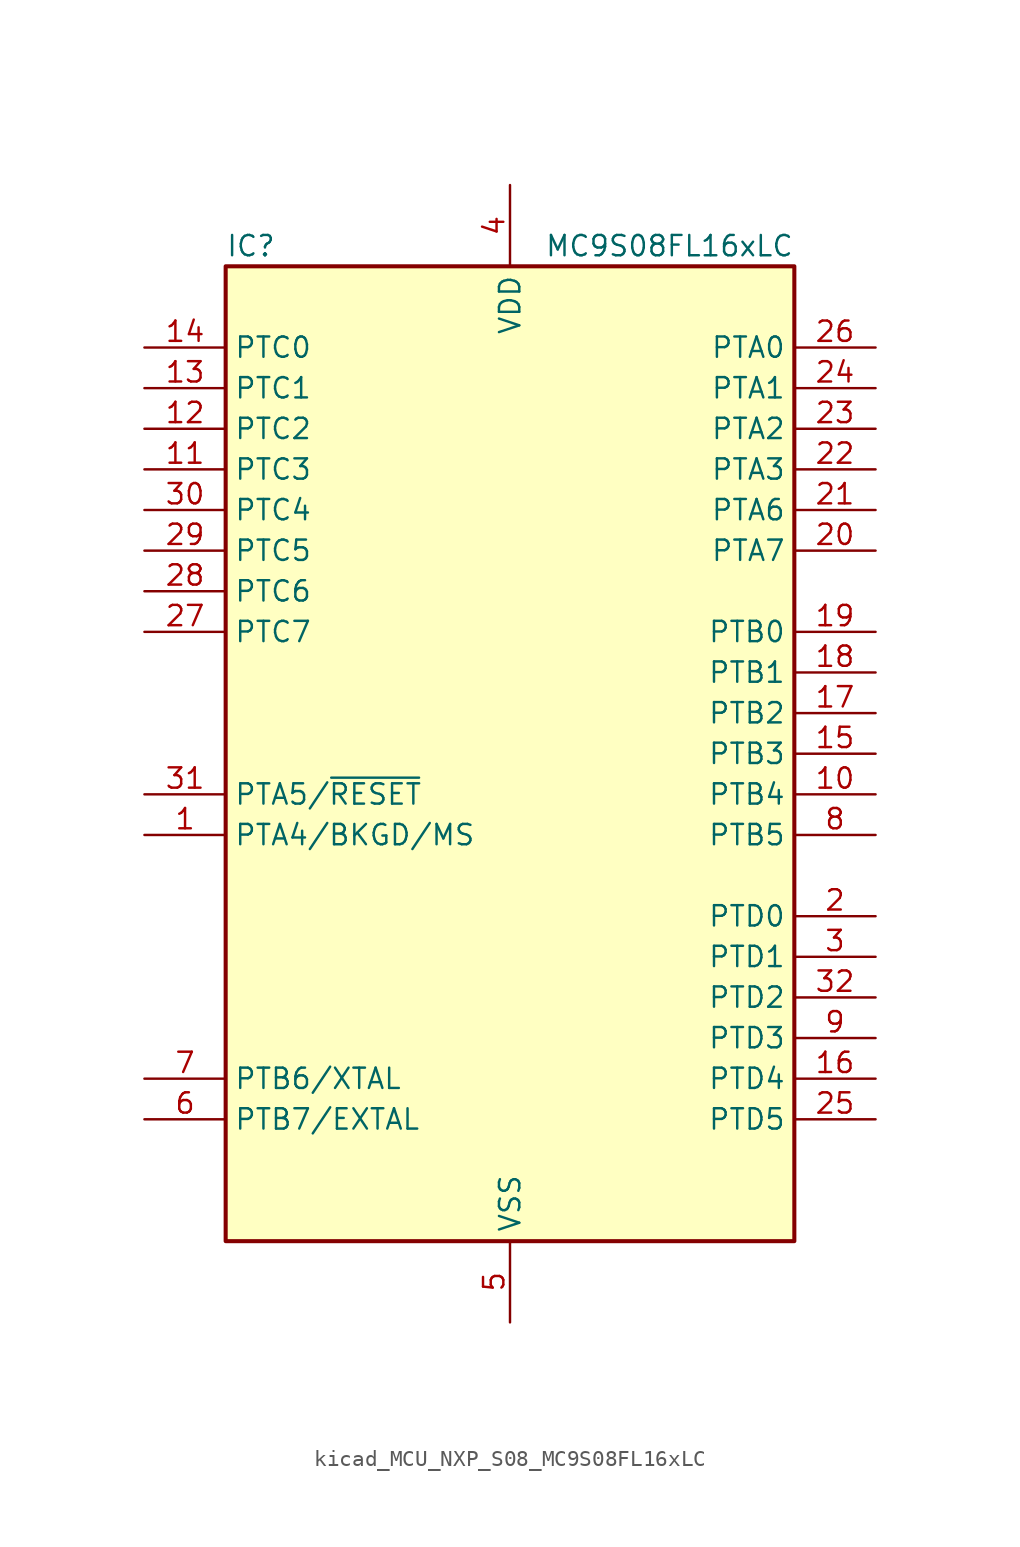
<source format=kicad_sym>
(kicad_symbol_lib
  (version 20220914)
  (generator kicad_symbol_editor)
  (symbol "kicad_MCU_NXP_S08_MC9S08FL16xLC"
    (property "Reference" "IC"
      (at -17.78 31.75 0)
      (effects (font (size 1.27 1.27)) (justify left)))
    (property "Value" "MC9S08FL16xLC"
      (at 17.78 31.75 0)
      (effects (font (size 1.27 1.27)) (justify right)))
    (symbol "kicad_MCU_NXP_S08_MC9S08FL16xLC_0_1"
      (rectangle (start -17.78 30.48) (end 17.78 -30.48) (stroke (width 0.254) (type default)) (fill (type background))))
    (symbol "kicad_MCU_NXP_S08_MC9S08FL16xLC_1_1"
      (pin bidirectional line (at -22.86 -5.08 0) (length 5.08) (name "PTA4/BKGD/MS" (effects (font (size 1.27 1.27)))) (number "1" (effects (font (size 1.27 1.27)))))
      (pin bidirectional line (at 22.86 -2.54 180) (length 5.08) (name "PTB4" (effects (font (size 1.27 1.27)))) (number "10" (effects (font (size 1.27 1.27)))))
      (pin bidirectional line (at -22.86 17.78 0) (length 5.08) (name "PTC3" (effects (font (size 1.27 1.27)))) (number "11" (effects (font (size 1.27 1.27)))))
      (pin bidirectional line (at -22.86 20.32 0) (length 5.08) (name "PTC2" (effects (font (size 1.27 1.27)))) (number "12" (effects (font (size 1.27 1.27)))))
      (pin bidirectional line (at -22.86 22.86 0) (length 5.08) (name "PTC1" (effects (font (size 1.27 1.27)))) (number "13" (effects (font (size 1.27 1.27)))))
      (pin bidirectional line (at -22.86 25.4 0) (length 5.08) (name "PTC0" (effects (font (size 1.27 1.27)))) (number "14" (effects (font (size 1.27 1.27)))))
      (pin bidirectional line (at 22.86 0 180) (length 5.08) (name "PTB3" (effects (font (size 1.27 1.27)))) (number "15" (effects (font (size 1.27 1.27)))))
      (pin bidirectional line (at 22.86 -20.32 180) (length 5.08) (name "PTD4" (effects (font (size 1.27 1.27)))) (number "16" (effects (font (size 1.27 1.27)))))
      (pin bidirectional line (at 22.86 2.54 180) (length 5.08) (name "PTB2" (effects (font (size 1.27 1.27)))) (number "17" (effects (font (size 1.27 1.27)))))
      (pin bidirectional line (at 22.86 5.08 180) (length 5.08) (name "PTB1" (effects (font (size 1.27 1.27)))) (number "18" (effects (font (size 1.27 1.27)))))
      (pin bidirectional line (at 22.86 7.62 180) (length 5.08) (name "PTB0" (effects (font (size 1.27 1.27)))) (number "19" (effects (font (size 1.27 1.27)))))
      (pin bidirectional line (at 22.86 -10.16 180) (length 5.08) (name "PTD0" (effects (font (size 1.27 1.27)))) (number "2" (effects (font (size 1.27 1.27)))))
      (pin bidirectional line (at 22.86 12.7 180) (length 5.08) (name "PTA7" (effects (font (size 1.27 1.27)))) (number "20" (effects (font (size 1.27 1.27)))))
      (pin bidirectional line (at 22.86 15.24 180) (length 5.08) (name "PTA6" (effects (font (size 1.27 1.27)))) (number "21" (effects (font (size 1.27 1.27)))))
      (pin bidirectional line (at 22.86 17.78 180) (length 5.08) (name "PTA3" (effects (font (size 1.27 1.27)))) (number "22" (effects (font (size 1.27 1.27)))))
      (pin bidirectional line (at 22.86 20.32 180) (length 5.08) (name "PTA2" (effects (font (size 1.27 1.27)))) (number "23" (effects (font (size 1.27 1.27)))))
      (pin bidirectional line (at 22.86 22.86 180) (length 5.08) (name "PTA1" (effects (font (size 1.27 1.27)))) (number "24" (effects (font (size 1.27 1.27)))))
      (pin bidirectional line (at 22.86 -22.86 180) (length 5.08) (name "PTD5" (effects (font (size 1.27 1.27)))) (number "25" (effects (font (size 1.27 1.27)))))
      (pin bidirectional line (at 22.86 25.4 180) (length 5.08) (name "PTA0" (effects (font (size 1.27 1.27)))) (number "26" (effects (font (size 1.27 1.27)))))
      (pin bidirectional line (at -22.86 7.62 0) (length 5.08) (name "PTC7" (effects (font (size 1.27 1.27)))) (number "27" (effects (font (size 1.27 1.27)))))
      (pin bidirectional line (at -22.86 10.16 0) (length 5.08) (name "PTC6" (effects (font (size 1.27 1.27)))) (number "28" (effects (font (size 1.27 1.27)))))
      (pin bidirectional line (at -22.86 12.7 0) (length 5.08) (name "PTC5" (effects (font (size 1.27 1.27)))) (number "29" (effects (font (size 1.27 1.27)))))
      (pin bidirectional line (at 22.86 -12.7 180) (length 5.08) (name "PTD1" (effects (font (size 1.27 1.27)))) (number "3" (effects (font (size 1.27 1.27)))))
      (pin bidirectional line (at -22.86 15.24 0) (length 5.08) (name "PTC4" (effects (font (size 1.27 1.27)))) (number "30" (effects (font (size 1.27 1.27)))))
      (pin bidirectional line (at -22.86 -2.54 0) (length 5.08) (name "PTA5/~{RESET}" (effects (font (size 1.27 1.27)))) (number "31" (effects (font (size 1.27 1.27)))))
      (pin bidirectional line (at 22.86 -15.24 180) (length 5.08) (name "PTD2" (effects (font (size 1.27 1.27)))) (number "32" (effects (font (size 1.27 1.27)))))
      (pin power_in line (at 0 35.56 270) (length 5.08) (name "VDD" (effects (font (size 1.27 1.27)))) (number "4" (effects (font (size 1.27 1.27)))))
      (pin power_in line (at 0 -35.56 90) (length 5.08) (name "VSS" (effects (font (size 1.27 1.27)))) (number "5" (effects (font (size 1.27 1.27)))))
      (pin bidirectional line (at -22.86 -22.86 0) (length 5.08) (name "PTB7/EXTAL" (effects (font (size 1.27 1.27)))) (number "6" (effects (font (size 1.27 1.27)))))
      (pin bidirectional line (at -22.86 -20.32 0) (length 5.08) (name "PTB6/XTAL" (effects (font (size 1.27 1.27)))) (number "7" (effects (font (size 1.27 1.27)))))
      (pin bidirectional line (at 22.86 -5.08 180) (length 5.08) (name "PTB5" (effects (font (size 1.27 1.27)))) (number "8" (effects (font (size 1.27 1.27)))))
      (pin bidirectional line (at 22.86 -17.78 180) (length 5.08) (name "PTD3" (effects (font (size 1.27 1.27)))) (number "9" (effects (font (size 1.27 1.27))))))))
</source>
